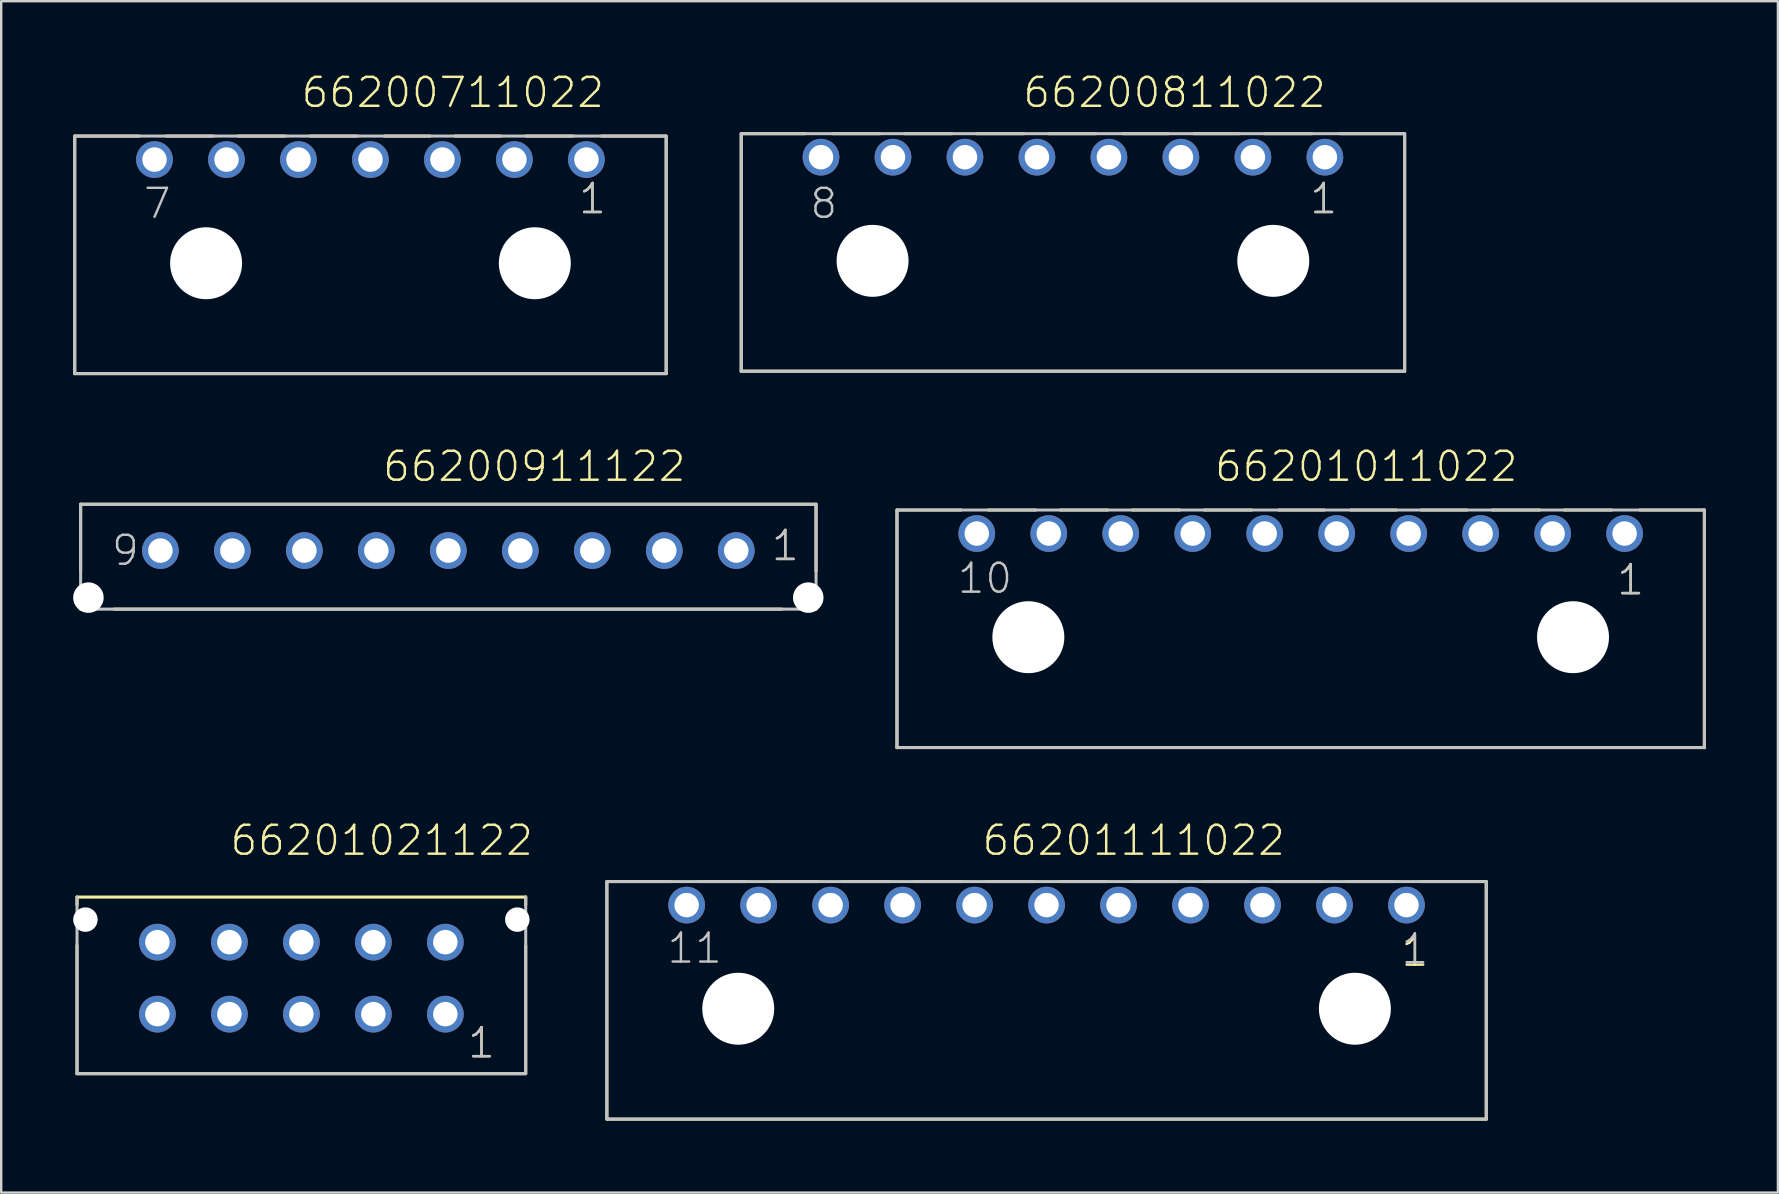
<source format=kicad_pcb>
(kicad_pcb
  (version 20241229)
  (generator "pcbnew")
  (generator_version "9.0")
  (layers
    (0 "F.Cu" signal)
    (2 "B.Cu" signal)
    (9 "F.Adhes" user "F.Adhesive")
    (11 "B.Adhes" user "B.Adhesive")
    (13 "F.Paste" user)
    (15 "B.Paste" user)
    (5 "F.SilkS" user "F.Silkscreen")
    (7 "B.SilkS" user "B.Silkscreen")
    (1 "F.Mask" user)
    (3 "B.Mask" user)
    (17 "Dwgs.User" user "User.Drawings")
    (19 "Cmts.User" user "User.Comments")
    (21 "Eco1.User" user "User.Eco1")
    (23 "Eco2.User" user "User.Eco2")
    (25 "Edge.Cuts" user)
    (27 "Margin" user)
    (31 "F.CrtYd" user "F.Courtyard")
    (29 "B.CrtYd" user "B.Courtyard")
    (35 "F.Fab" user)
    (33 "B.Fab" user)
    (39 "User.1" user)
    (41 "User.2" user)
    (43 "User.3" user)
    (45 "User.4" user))
  (footprint "66201011022"
    (layer "F.Cu")
    (at 51.158 23.506)
    (property "Reference" "66201011022" (at -3.65 -6.41 0) (layer "F.SilkS") (effects (font (size 1.206 1.206) (thickness 0.102)) (justify left bottom)))
    (attr through_hole)
    (fp_line (start -16.825 4.6) (end -16.825 -5.3) (stroke (width 0.127) (type solid)) (layer "F.SilkS"))
    (fp_line (start -16.8 -5.3) (end -14.15 -5.3) (stroke (width 0.127) (type solid)) (layer "F.SilkS"))
    (fp_line (start -13.02 -5.3) (end -11.04 -5.3) (stroke (width 0.127) (type solid)) (layer "F.SilkS"))
    (fp_line (start -10.02 -5.3) (end -8.04 -5.3) (stroke (width 0.127) (type solid)) (layer "F.SilkS"))
    (fp_line (start -7.02 -5.3) (end -5.04 -5.3) (stroke (width 0.127) (type solid)) (layer "F.SilkS"))
    (fp_line (start -4.02 -5.3) (end -2.04 -5.3) (stroke (width 0.127) (type solid)) (layer "F.SilkS"))
    (fp_line (start -0.92 -5.3) (end 0.98 -5.3) (stroke (width 0.127) (type solid)) (layer "F.SilkS"))
    (fp_line (start 2.08 -5.3) (end 3.98 -5.3) (stroke (width 0.127) (type solid)) (layer "F.SilkS"))
    (fp_line (start 5.03 -5.3) (end 6.93 -5.3) (stroke (width 0.127) (type solid)) (layer "F.SilkS"))
    (fp_line (start 7.98 -5.3) (end 9.96 -5.3) (stroke (width 0.127) (type solid)) (layer "F.SilkS"))
    (fp_line (start 10.98 -5.3) (end 12.96 -5.3) (stroke (width 0.127) (type solid)) (layer "F.SilkS"))
    (fp_line (start 14.13 -5.3) (end 16.8 -5.3) (stroke (width 0.127) (type solid)) (layer "F.SilkS"))
    (fp_line (start 16.825 -5.3) (end 16.825 4.6) (stroke (width 0.127) (type solid)) (layer "F.SilkS"))
    (fp_line (start 16.825 4.6) (end -16.825 4.6) (stroke (width 0.127) (type solid)) (layer "F.SilkS"))
    (fp_line (start -16.825 -5.3) (end 16.825 -5.3) (stroke (width 0.127) (type solid)) (layer "Dwgs.User"))
    (fp_line (start -16.825 4.6) (end -16.825 -5.3) (stroke (width 0.127) (type solid)) (layer "Dwgs.User"))
    (fp_line (start 16.825 -5.3) (end 16.825 4.6) (stroke (width 0.127) (type solid)) (layer "Dwgs.User"))
    (fp_line (start 16.825 4.6) (end -16.825 4.6) (stroke (width 0.127) (type solid)) (layer "Dwgs.User"))
    (fp_text user "1" (at 13.11 -1.685 0) (layer "F.SilkS") (effects (font (size 1.206 1.206) (thickness 0.102)) (justify left bottom)))
    (fp_text user "1" (at 13.11 -1.685 0) (layer "Dwgs.User") (effects (font (size 1.206 1.206) (thickness 0.102)) (justify left bottom)))
    (fp_text user "10" (at -14.375 -1.745 0) (layer "Dwgs.User") (effects (font (size 1.206 1.206) (thickness 0.102)) (justify left bottom)))
    (pad "" np_thru_hole circle (at -11.35 0) (size 3 3) (drill 3) (layers "*.Cu"))
    (pad "" np_thru_hole circle (at 11.35 0) (size 3 3) (drill 3) (layers "*.Cu"))
    (pad "1" thru_hole circle (at 13.5 -4.32) (size 1.53 1.53) (drill 1.02) (layers "*.Cu" "*.Mask"))
    (pad "2" thru_hole circle (at 10.5 -4.32) (size 1.53 1.53) (drill 1.02) (layers "*.Cu" "*.Mask"))
    (pad "3" thru_hole circle (at 7.5 -4.32) (size 1.53 1.53) (drill 1.02) (layers "*.Cu" "*.Mask"))
    (pad "4" thru_hole circle (at 4.5 -4.32) (size 1.53 1.53) (drill 1.02) (layers "*.Cu" "*.Mask"))
    (pad "5" thru_hole circle (at 1.5 -4.32) (size 1.53 1.53) (drill 1.02) (layers "*.Cu" "*.Mask"))
    (pad "6" thru_hole circle (at -1.5 -4.32) (size 1.53 1.53) (drill 1.02) (layers "*.Cu" "*.Mask"))
    (pad "7" thru_hole circle (at -4.5 -4.32) (size 1.53 1.53) (drill 1.02) (layers "*.Cu" "*.Mask"))
    (pad "8" thru_hole circle (at -7.5 -4.32) (size 1.53 1.53) (drill 1.02) (layers "*.Cu" "*.Mask"))
    (pad "9" thru_hole circle (at -10.5 -4.32) (size 1.53 1.53) (drill 1.02) (layers "*.Cu" "*.Mask"))
    (pad "10" thru_hole circle (at -13.5 -4.32) (size 1.53 1.53) (drill 1.02) (layers "*.Cu" "*.Mask")))
  (footprint "66201111022"
    (layer "F.Cu")
    (at 40.567 38.991)
    (property "Reference" "66201111022" (at -2.75 -6.31 0) (layer "F.SilkS") (effects (font (size 1.206 1.206) (thickness 0.102)) (justify left bottom)))
    (attr through_hole)
    (fp_line (start -18.325 4.6) (end -18.325 -5.3) (stroke (width 0.127) (type solid)) (layer "F.SilkS"))
    (fp_line (start -18.3 -5.3) (end -15.65 -5.3) (stroke (width 0.127) (type solid)) (layer "F.SilkS"))
    (fp_line (start -14.52 -5.3) (end -12.54 -5.3) (stroke (width 0.127) (type solid)) (layer "F.SilkS"))
    (fp_line (start -11.52 -5.3) (end -9.54 -5.3) (stroke (width 0.127) (type solid)) (layer "F.SilkS"))
    (fp_line (start -8.52 -5.3) (end -6.54 -5.3) (stroke (width 0.127) (type solid)) (layer "F.SilkS"))
    (fp_line (start -5.52 -5.3) (end -3.54 -5.3) (stroke (width 0.127) (type solid)) (layer "F.SilkS"))
    (fp_line (start -2.52 -5.3) (end -0.54 -5.3) (stroke (width 0.127) (type solid)) (layer "F.SilkS"))
    (fp_line (start 0.58 -5.3) (end 2.48 -5.3) (stroke (width 0.127) (type solid)) (layer "F.SilkS"))
    (fp_line (start 3.58 -5.3) (end 5.48 -5.3) (stroke (width 0.127) (type solid)) (layer "F.SilkS"))
    (fp_line (start 6.53 -5.3) (end 8.43 -5.3) (stroke (width 0.127) (type solid)) (layer "F.SilkS"))
    (fp_line (start 9.48 -5.3) (end 11.46 -5.3) (stroke (width 0.127) (type solid)) (layer "F.SilkS"))
    (fp_line (start 12.48 -5.3) (end 14.46 -5.3) (stroke (width 0.127) (type solid)) (layer "F.SilkS"))
    (fp_line (start 15.63 -5.3) (end 18.3 -5.3) (stroke (width 0.127) (type solid)) (layer "F.SilkS"))
    (fp_line (start 18.325 -5.3) (end 18.325 4.6) (stroke (width 0.127) (type solid)) (layer "F.SilkS"))
    (fp_line (start 18.325 4.6) (end -18.325 4.6) (stroke (width 0.127) (type solid)) (layer "F.SilkS"))
    (fp_line (start -18.325 -5.3) (end 18.325 -5.3) (stroke (width 0.127) (type solid)) (layer "Dwgs.User"))
    (fp_line (start -18.325 4.6) (end -18.325 -5.3) (stroke (width 0.127) (type solid)) (layer "Dwgs.User"))
    (fp_line (start 18.325 -5.3) (end 18.325 4.6) (stroke (width 0.127) (type solid)) (layer "Dwgs.User"))
    (fp_line (start 18.325 4.6) (end -18.325 4.6) (stroke (width 0.127) (type solid)) (layer "Dwgs.User"))
    (fp_text user "1" (at 14.71 -1.685 0) (layer "F.SilkS") (effects (font (size 1.206 1.206) (thickness 0.102)) (justify left bottom)))
    (fp_text user "11" (at -15.88 -1.815 0) (layer "Dwgs.User") (effects (font (size 1.206 1.206) (thickness 0.102)) (justify left bottom)))
    (fp_text user "1" (at 14.71 -1.785 0) (layer "Dwgs.User") (effects (font (size 1.206 1.206) (thickness 0.102)) (justify left bottom)))
    (pad "" np_thru_hole circle (at -12.85 0) (size 3 3) (drill 3) (layers "*.Cu"))
    (pad "" np_thru_hole circle (at 12.85 0) (size 3 3) (drill 3) (layers "*.Cu"))
    (pad "1" thru_hole circle (at 15 -4.32) (size 1.53 1.53) (drill 1.02) (layers "*.Cu" "*.Mask"))
    (pad "2" thru_hole circle (at 12 -4.32) (size 1.53 1.53) (drill 1.02) (layers "*.Cu" "*.Mask"))
    (pad "3" thru_hole circle (at 9 -4.32) (size 1.53 1.53) (drill 1.02) (layers "*.Cu" "*.Mask"))
    (pad "4" thru_hole circle (at 6 -4.32) (size 1.53 1.53) (drill 1.02) (layers "*.Cu" "*.Mask"))
    (pad "5" thru_hole circle (at 3 -4.32) (size 1.53 1.53) (drill 1.02) (layers "*.Cu" "*.Mask"))
    (pad "6" thru_hole circle (at 0 -4.32) (size 1.53 1.53) (drill 1.02) (layers "*.Cu" "*.Mask"))
    (pad "7" thru_hole circle (at -3 -4.32) (size 1.53 1.53) (drill 1.02) (layers "*.Cu" "*.Mask"))
    (pad "8" thru_hole circle (at -6 -4.32) (size 1.53 1.53) (drill 1.02) (layers "*.Cu" "*.Mask"))
    (pad "9" thru_hole circle (at -9 -4.32) (size 1.53 1.53) (drill 1.02) (layers "*.Cu" "*.Mask"))
    (pad "10" thru_hole circle (at -12 -4.32) (size 1.53 1.53) (drill 1.02) (layers "*.Cu" "*.Mask"))
    (pad "11" thru_hole circle (at -15 -4.32) (size 1.53 1.53) (drill 1.02) (layers "*.Cu" "*.Mask")))
  (footprint "66200811022"
    (layer "F.Cu")
    (at 41.666 7.821)
    (property "Reference" "66200811022" (at -2.15 -6.31 0) (layer "F.SilkS") (effects (font (size 1.206 1.206) (thickness 0.102)) (justify left bottom)))
    (attr through_hole)
    (fp_line (start -13.825 4.6) (end -13.825 -5.3) (stroke (width 0.127) (type solid)) (layer "F.SilkS"))
    (fp_line (start -13.8 -5.3) (end -11.15 -5.3) (stroke (width 0.127) (type solid)) (layer "F.SilkS"))
    (fp_line (start -10.02 -5.3) (end -8.04 -5.3) (stroke (width 0.127) (type solid)) (layer "F.SilkS"))
    (fp_line (start -7.02 -5.3) (end -5.04 -5.3) (stroke (width 0.127) (type solid)) (layer "F.SilkS"))
    (fp_line (start -4.02 -5.3) (end -2.04 -5.3) (stroke (width 0.127) (type solid)) (layer "F.SilkS"))
    (fp_line (start -1.02 -5.3) (end 0.96 -5.3) (stroke (width 0.127) (type solid)) (layer "F.SilkS"))
    (fp_line (start 2.08 -5.3) (end 3.98 -5.3) (stroke (width 0.127) (type solid)) (layer "F.SilkS"))
    (fp_line (start 5.03 -5.3) (end 6.93 -5.3) (stroke (width 0.127) (type solid)) (layer "F.SilkS"))
    (fp_line (start 7.98 -5.3) (end 9.96 -5.3) (stroke (width 0.127) (type solid)) (layer "F.SilkS"))
    (fp_line (start 11.13 -5.3) (end 13.8 -5.3) (stroke (width 0.127) (type solid)) (layer "F.SilkS"))
    (fp_line (start 13.825 -5.3) (end 13.825 4.6) (stroke (width 0.127) (type solid)) (layer "F.SilkS"))
    (fp_line (start 13.825 4.6) (end -13.825 4.6) (stroke (width 0.127) (type solid)) (layer "F.SilkS"))
    (fp_line (start -13.825 -5.3) (end 13.825 -5.3) (stroke (width 0.127) (type solid)) (layer "Dwgs.User"))
    (fp_line (start -13.825 4.6) (end -13.825 -5.3) (stroke (width 0.127) (type solid)) (layer "Dwgs.User"))
    (fp_line (start 13.825 -5.3) (end 13.825 4.6) (stroke (width 0.127) (type solid)) (layer "Dwgs.User"))
    (fp_line (start 13.825 4.6) (end -13.825 4.6) (stroke (width 0.127) (type solid)) (layer "Dwgs.User"))
    (fp_text user "1" (at 9.81 -1.885 0) (layer "F.SilkS") (effects (font (size 1.206 1.206) (thickness 0.102)) (justify left bottom)))
    (fp_text user "8" (at -11.025 -1.685 0) (layer "Dwgs.User") (effects (font (size 1.206 1.206) (thickness 0.102)) (justify left bottom)))
    (fp_text user "1" (at 9.81 -1.885 0) (layer "Dwgs.User") (effects (font (size 1.206 1.206) (thickness 0.102)) (justify left bottom)))
    (pad "" np_thru_hole circle (at -8.35 0) (size 3 3) (drill 3) (layers "*.Cu"))
    (pad "" np_thru_hole circle (at 8.35 0) (size 3 3) (drill 3) (layers "*.Cu"))
    (pad "1" thru_hole circle (at 10.5 -4.32) (size 1.53 1.53) (drill 1.02) (layers "*.Cu" "*.Mask"))
    (pad "2" thru_hole circle (at 7.5 -4.32) (size 1.53 1.53) (drill 1.02) (layers "*.Cu" "*.Mask"))
    (pad "3" thru_hole circle (at 4.5 -4.32) (size 1.53 1.53) (drill 1.02) (layers "*.Cu" "*.Mask"))
    (pad "4" thru_hole circle (at 1.5 -4.32) (size 1.53 1.53) (drill 1.02) (layers "*.Cu" "*.Mask"))
    (pad "5" thru_hole circle (at -1.5 -4.32) (size 1.53 1.53) (drill 1.02) (layers "*.Cu" "*.Mask"))
    (pad "6" thru_hole circle (at -4.5 -4.32) (size 1.53 1.53) (drill 1.02) (layers "*.Cu" "*.Mask"))
    (pad "7" thru_hole circle (at -7.5 -4.32) (size 1.53 1.53) (drill 1.02) (layers "*.Cu" "*.Mask"))
    (pad "8" thru_hole circle (at -10.5 -4.32) (size 1.53 1.53) (drill 1.02) (layers "*.Cu" "*.Mask")))
  (footprint "66200911122"
    (layer "F.Cu")
    (at 15.635 19.896)
    (property "Reference" "66200911122" (at -2.8 -2.8 0) (layer "F.SilkS") (effects (font (size 1.206 1.206) (thickness 0.102)) (justify left bottom)))
    (attr through_hole)
    (fp_line (start -15.325 -1.93) (end 15.325 -1.93) (stroke (width 0.127) (type solid)) (layer "F.SilkS"))
    (fp_line (start -15.325 0.825) (end -15.325 -1.93) (stroke (width 0.127) (type solid)) (layer "F.SilkS"))
    (fp_line (start -13.92 2.44) (end 13.89 2.44) (stroke (width 0.127) (type solid)) (layer "F.SilkS"))
    (fp_line (start 15.325 -1.93) (end 15.325 0.845) (stroke (width 0.127) (type solid)) (layer "F.SilkS"))
    (fp_line (start -15.325 -1.93) (end 15.325 -1.93) (stroke (width 0.127) (type solid)) (layer "Dwgs.User"))
    (fp_line (start -15.325 2.44) (end -15.325 -1.93) (stroke (width 0.127) (type solid)) (layer "Dwgs.User"))
    (fp_line (start 15.325 -1.93) (end 15.325 2.44) (stroke (width 0.127) (type solid)) (layer "Dwgs.User"))
    (fp_line (start 15.325 2.44) (end -15.325 2.44) (stroke (width 0.127) (type solid)) (layer "Dwgs.User"))
    (fp_text user "1" (at 13.4 0.5 0) (layer "F.SilkS") (effects (font (size 1.206 1.206) (thickness 0.102)) (justify left bottom)))
    (fp_text user "1" (at 13.4 0.5 0) (layer "Dwgs.User") (effects (font (size 1.206 1.206) (thickness 0.102)) (justify left bottom)))
    (fp_text user "9" (at -14.1 0.7 0) (layer "Dwgs.User") (effects (font (size 1.206 1.206) (thickness 0.102)) (justify left bottom)))
    (pad "" np_thru_hole circle (at -15 1.96) (size 1.27 1.27) (drill 1.27) (layers "*.Cu"))
    (pad "" np_thru_hole circle (at 15 1.96) (size 1.27 1.27) (drill 1.27) (layers "*.Cu"))
    (pad "1" thru_hole circle (at 12 0) (size 1.53 1.53) (drill 1.02) (layers "*.Cu" "*.Mask"))
    (pad "2" thru_hole circle (at 9 0) (size 1.53 1.53) (drill 1.02) (layers "*.Cu" "*.Mask"))
    (pad "3" thru_hole circle (at 6 0) (size 1.53 1.53) (drill 1.02) (layers "*.Cu" "*.Mask"))
    (pad "4" thru_hole circle (at 3 0) (size 1.53 1.53) (drill 1.02) (layers "*.Cu" "*.Mask"))
    (pad "5" thru_hole circle (at 0 0) (size 1.53 1.53) (drill 1.02) (layers "*.Cu" "*.Mask"))
    (pad "6" thru_hole circle (at -3 0) (size 1.53 1.53) (drill 1.02) (layers "*.Cu" "*.Mask"))
    (pad "7" thru_hole circle (at -6 0) (size 1.53 1.53) (drill 1.02) (layers "*.Cu" "*.Mask"))
    (pad "8" thru_hole circle (at -9 0) (size 1.53 1.53) (drill 1.02) (layers "*.Cu" "*.Mask"))
    (pad "9" thru_hole circle (at -12 0) (size 1.53 1.53) (drill 1.02) (layers "*.Cu" "*.Mask")))
  (footprint "66200711022"
    (layer "F.Cu")
    (at 12.389 7.921)
    (property "Reference" "66200711022" (at -2.95 -6.41 0) (layer "F.SilkS") (effects (font (size 1.206 1.206) (thickness 0.102)) (justify left bottom)))
    (attr through_hole)
    (fp_line (start -12.325 4.6) (end -12.325 -5.3) (stroke (width 0.127) (type solid)) (layer "F.SilkS"))
    (fp_line (start -12.3 -5.3) (end -9.65 -5.3) (stroke (width 0.127) (type solid)) (layer "F.SilkS"))
    (fp_line (start -8.52 -5.3) (end -6.54 -5.3) (stroke (width 0.127) (type solid)) (layer "F.SilkS"))
    (fp_line (start -5.52 -5.3) (end -3.54 -5.3) (stroke (width 0.127) (type solid)) (layer "F.SilkS"))
    (fp_line (start -2.52 -5.3) (end -0.54 -5.3) (stroke (width 0.127) (type solid)) (layer "F.SilkS"))
    (fp_line (start 0.58 -5.3) (end 2.48 -5.3) (stroke (width 0.127) (type solid)) (layer "F.SilkS"))
    (fp_line (start 3.53 -5.3) (end 5.43 -5.3) (stroke (width 0.127) (type solid)) (layer "F.SilkS"))
    (fp_line (start 6.48 -5.3) (end 8.46 -5.3) (stroke (width 0.127) (type solid)) (layer "F.SilkS"))
    (fp_line (start 9.63 -5.3) (end 12.3 -5.3) (stroke (width 0.127) (type solid)) (layer "F.SilkS"))
    (fp_line (start 12.325 -5.3) (end 12.325 4.6) (stroke (width 0.127) (type solid)) (layer "F.SilkS"))
    (fp_line (start 12.325 4.6) (end -12.325 4.6) (stroke (width 0.127) (type solid)) (layer "F.SilkS"))
    (fp_line (start -12.325 -5.3) (end 12.325 -5.3) (stroke (width 0.127) (type solid)) (layer "Dwgs.User"))
    (fp_line (start -12.325 4.6) (end -12.325 -5.3) (stroke (width 0.127) (type solid)) (layer "Dwgs.User"))
    (fp_line (start 12.325 -5.3) (end 12.325 4.6) (stroke (width 0.127) (type solid)) (layer "Dwgs.User"))
    (fp_line (start 12.325 4.6) (end -12.325 4.6) (stroke (width 0.127) (type solid)) (layer "Dwgs.User"))
    (fp_text user "1" (at 8.61 -1.985 0) (layer "F.SilkS") (effects (font (size 1.206 1.206) (thickness 0.102)) (justify left bottom)))
    (fp_text user "7" (at -9.525 -1.785 0) (layer "Dwgs.User") (effects (font (size 1.206 1.206) (thickness 0.102)) (justify left bottom)))
    (fp_text user "1" (at 8.61 -1.985 0) (layer "Dwgs.User") (effects (font (size 1.206 1.206) (thickness 0.102)) (justify left bottom)))
    (pad "" np_thru_hole circle (at -6.85 0) (size 3 3) (drill 3) (layers "*.Cu"))
    (pad "" np_thru_hole circle (at 6.85 0) (size 3 3) (drill 3) (layers "*.Cu"))
    (pad "1" thru_hole circle (at 9 -4.32) (size 1.53 1.53) (drill 1.02) (layers "*.Cu" "*.Mask"))
    (pad "2" thru_hole circle (at 6 -4.32) (size 1.53 1.53) (drill 1.02) (layers "*.Cu" "*.Mask"))
    (pad "3" thru_hole circle (at 3 -4.32) (size 1.53 1.53) (drill 1.02) (layers "*.Cu" "*.Mask"))
    (pad "4" thru_hole circle (at 0 -4.32) (size 1.53 1.53) (drill 1.02) (layers "*.Cu" "*.Mask"))
    (pad "5" thru_hole circle (at -3 -4.32) (size 1.53 1.53) (drill 1.02) (layers "*.Cu" "*.Mask"))
    (pad "6" thru_hole circle (at -6 -4.32) (size 1.53 1.53) (drill 1.02) (layers "*.Cu" "*.Mask"))
    (pad "7" thru_hole circle (at -9 -4.32) (size 1.53 1.53) (drill 1.02) (layers "*.Cu" "*.Mask")))
  (footprint "66201021122"
    (layer "F.Cu")
    (at 9.51 37.716)
    (property "Reference" "66201021122" (at -3.035 -5.035 0) (layer "F.SilkS") (effects (font (size 1.206 1.206) (thickness 0.102)) (justify left bottom)))
    (attr through_hole)
    (fp_line (start -9.35 -3.05) (end -9.35 -3.38) (stroke (width 0.127) (type solid)) (layer "F.SilkS"))
    (fp_line (start -9.35 -1.37) (end -9.35 3.98) (stroke (width 0.127) (type solid)) (layer "F.SilkS"))
    (fp_line (start -9.35 3.98) (end 9.35 3.98) (stroke (width 0.127) (type solid)) (layer "F.SilkS"))
    (fp_line (start 9.35 -3.38) (end -9.35 -3.38) (stroke (width 0.127) (type solid)) (layer "F.SilkS"))
    (fp_line (start 9.35 -3.05) (end 9.35 -3.38) (stroke (width 0.127) (type solid)) (layer "F.SilkS"))
    (fp_line (start 9.35 -1.36) (end 9.35 3.94) (stroke (width 0.127) (type solid)) (layer "F.SilkS"))
    (fp_line (start -9.35 -3.38) (end -9.35 3.98) (stroke (width 0.127) (type solid)) (layer "Dwgs.User"))
    (fp_line (start -9.35 3.98) (end 9.35 3.98) (stroke (width 0.127) (type solid)) (layer "Dwgs.User"))
    (fp_line (start 9.35 3.98) (end 9.35 -3.38) (stroke (width 0.127) (type solid)) (layer "Dwgs.User"))
    (fp_text user "1" (at 6.865 3.405 0) (layer "F.SilkS") (effects (font (size 1.206 1.206) (thickness 0.102)) (justify left bottom)))
    (fp_text user "1" (at 6.865 3.405 0) (layer "Dwgs.User") (effects (font (size 1.206 1.206) (thickness 0.102)) (justify left bottom)))
    (pad "" np_thru_hole circle (at -9 -2.44) (size 1.02 1.02) (drill 1.02) (layers "*.Cu"))
    (pad "" np_thru_hole circle (at 9 -2.44) (size 1.02 1.02) (drill 1.02) (layers "*.Cu"))
    (pad "1" thru_hole circle (at 6 1.5) (size 1.53 1.53) (drill 1.02) (layers "*.Cu" "*.Mask"))
    (pad "2" thru_hole circle (at 3 1.5) (size 1.53 1.53) (drill 1.02) (layers "*.Cu" "*.Mask"))
    (pad "3" thru_hole circle (at 0 1.5) (size 1.53 1.53) (drill 1.02) (layers "*.Cu" "*.Mask"))
    (pad "4" thru_hole circle (at -3 1.5) (size 1.53 1.53) (drill 1.02) (layers "*.Cu" "*.Mask"))
    (pad "5" thru_hole circle (at -6 1.5) (size 1.53 1.53) (drill 1.02) (layers "*.Cu" "*.Mask"))
    (pad "6" thru_hole circle (at 6 -1.5) (size 1.53 1.53) (drill 1.02) (layers "*.Cu" "*.Mask"))
    (pad "7" thru_hole circle (at 3 -1.5) (size 1.53 1.53) (drill 1.02) (layers "*.Cu" "*.Mask"))
    (pad "8" thru_hole circle (at 0 -1.5) (size 1.53 1.53) (drill 1.02) (layers "*.Cu" "*.Mask"))
    (pad "9" thru_hole circle (at -3 -1.5) (size 1.53 1.53) (drill 1.02) (layers "*.Cu" "*.Mask"))
    (pad "10" thru_hole circle (at -6 -1.5) (size 1.53 1.53) (drill 1.02) (layers "*.Cu" "*.Mask")))
  (gr_rect
    (start -3 -3)
    (end 71.047 46.654)
    (stroke (width 0.1) (type default))
    (fill no)
    (layer "Edge.Cuts")))
</source>
